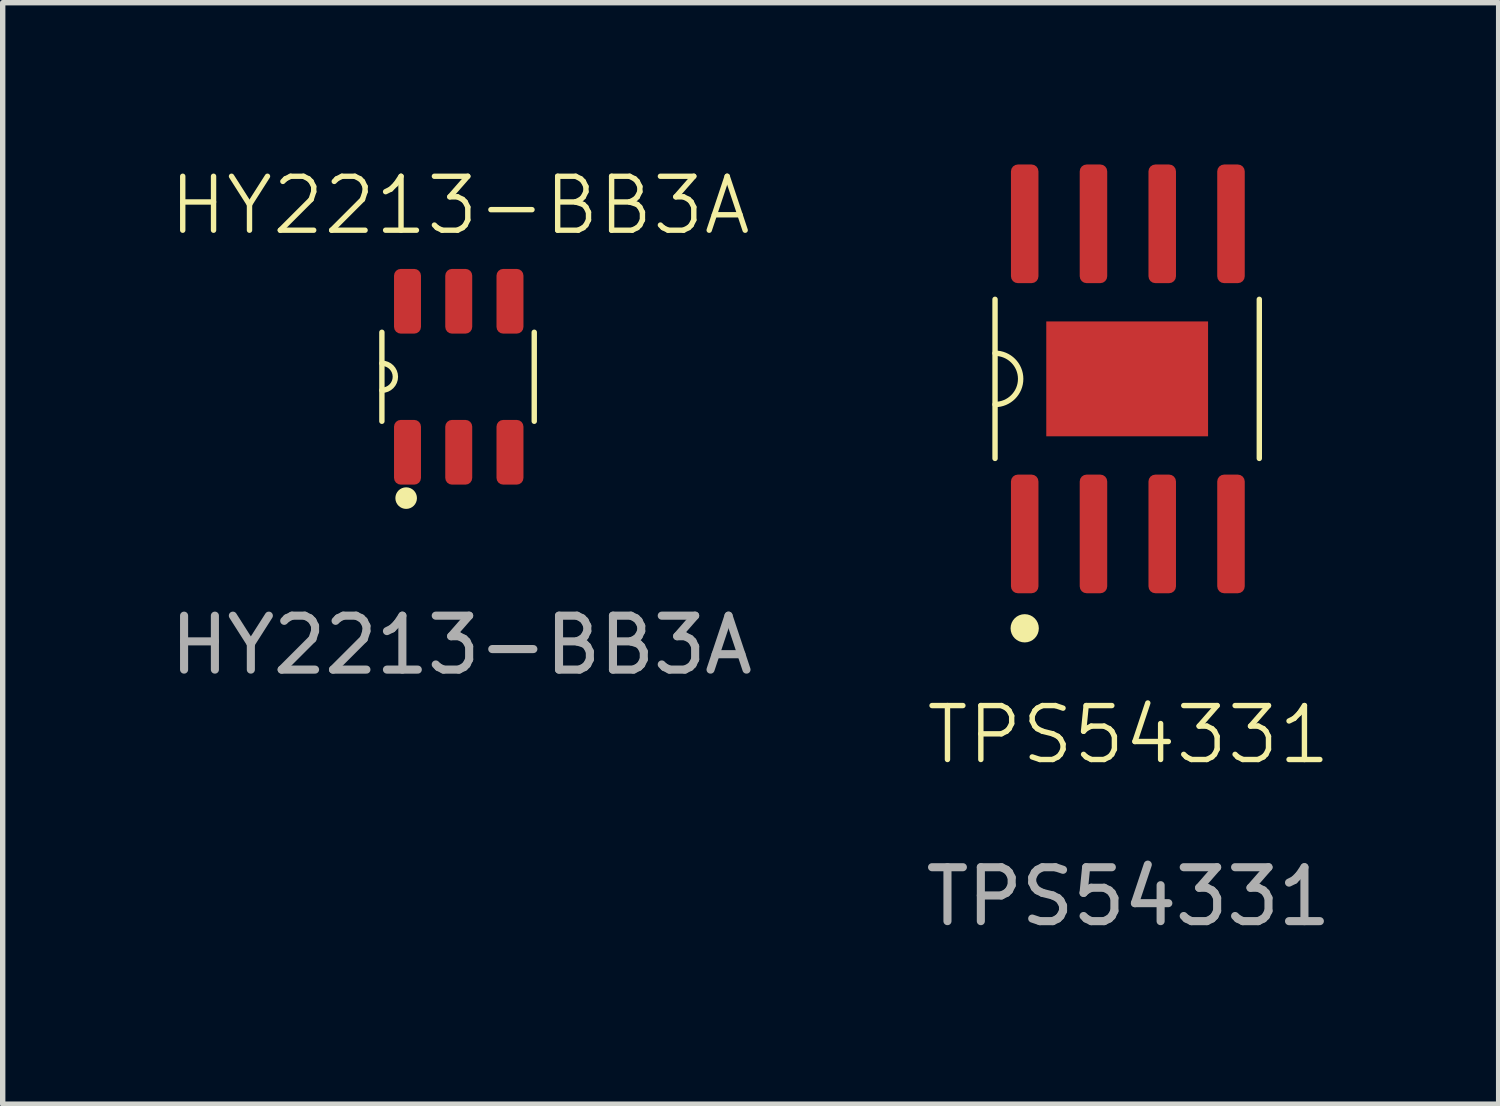
<source format=kicad_pcb>
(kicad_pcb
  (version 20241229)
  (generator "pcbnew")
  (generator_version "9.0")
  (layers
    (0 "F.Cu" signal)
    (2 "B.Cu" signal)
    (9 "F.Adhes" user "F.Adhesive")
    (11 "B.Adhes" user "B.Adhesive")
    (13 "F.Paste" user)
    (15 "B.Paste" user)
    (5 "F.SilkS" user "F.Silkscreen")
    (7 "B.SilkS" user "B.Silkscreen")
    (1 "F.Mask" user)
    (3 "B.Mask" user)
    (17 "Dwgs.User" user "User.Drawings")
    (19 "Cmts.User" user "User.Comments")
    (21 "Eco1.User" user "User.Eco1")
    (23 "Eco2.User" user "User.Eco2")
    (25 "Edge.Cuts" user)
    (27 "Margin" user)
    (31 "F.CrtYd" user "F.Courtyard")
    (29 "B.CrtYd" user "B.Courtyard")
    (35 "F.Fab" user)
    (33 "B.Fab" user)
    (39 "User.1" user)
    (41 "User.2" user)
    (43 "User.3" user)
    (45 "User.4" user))
  (footprint "HY2213-BB3A"
    (layer "F.Cu")
    (at 5.456 3.936)
    (property "Reference" "HY2213-BB3A" (at 0.025 -3.175 0) (unlocked yes) (layer "F.SilkS") (effects (font (size 1 1) (thickness 0.1))))
    (attr smd)
    (fp_line (start -1.425 -0.825) (end -1.425 0.825) (stroke (width 0.1) (type solid)) (layer "F.SilkS"))
    (fp_line (start 1.4 -0.825) (end 1.4 0.825) (stroke (width 0.1) (type solid)) (layer "F.SilkS"))
    (fp_arc (start -1.425 -0.25) (mid -1.175 0) (end -1.425 0.25) (stroke (width 0.1) (type solid)) (layer "F.SilkS"))
    (fp_circle (center -0.975 2.25) (end -0.825 2.25) (stroke (width 0.1) (type solid)) (fill yes) (layer "F.SilkS"))
    (fp_text user "${REFERENCE}" (at 0.05 4.975 0) (unlocked yes) (layer "F.Fab") (effects (font (size 1 1) (thickness 0.15))))
    (pad "1" smd roundrect (at -0.95 1.4 90) (size 1.2 0.5) (layers "F.Cu" "F.Mask" "F.Paste") (roundrect_rratio 0.25))
    (pad "2" smd roundrect (at 0 1.4 90) (size 1.2 0.5) (layers "F.Cu" "F.Mask" "F.Paste") (roundrect_rratio 0.25))
    (pad "3" smd roundrect (at 0.95 1.4 90) (size 1.2 0.5) (layers "F.Cu" "F.Mask" "F.Paste") (roundrect_rratio 0.25))
    (pad "5" smd roundrect (at 0 -1.4 90) (size 1.2 0.5) (layers "F.Cu" "F.Mask" "F.Paste") (roundrect_rratio 0.25))
    (pad "5" smd roundrect (at 0.95 -1.4 90) (size 1.2 0.5) (layers "F.Cu" "F.Mask" "F.Paste") (roundrect_rratio 0.25))
    (pad "6" smd roundrect (at -0.95 -1.4 90) (size 1.2 0.5) (layers "F.Cu" "F.Mask" "F.Paste") (roundrect_rratio 0.25)))
  (footprint "TPS54331"
    (layer "F.Cu")
    (at 17.85 3.975)
    (property "Reference" "TPS54331" (at 0.025 6.6 0) (unlocked yes) (layer "F.SilkS") (effects (font (size 1 1) (thickness 0.1))))
    (attr smd)
    (fp_line (start -2.45 -1.475) (end -2.45 1.475) (stroke (width 0.1) (type default)) (layer "F.SilkS"))
    (fp_line (start 2.45 -1.475) (end 2.45 1.475) (stroke (width 0.1) (type default)) (layer "F.SilkS"))
    (fp_arc (start -2.45 -0.475) (mid -1.975 0) (end -2.45 0.475) (stroke (width 0.1) (type default)) (layer "F.SilkS"))
    (fp_circle (center -1.9 4.625) (end -1.688 4.625) (stroke (width 0.1) (type solid)) (fill yes) (layer "F.SilkS"))
    (fp_text user "${REFERENCE}" (at 0.025 9.6 0) (unlocked yes) (layer "F.Fab") (effects (font (size 1 1) (thickness 0.15))))
    (pad "1" smd roundrect (at -1.9 2.875) (size 0.51 2.2) (layers "F.Cu" "F.Mask" "F.Paste" "Eco1.User") (roundrect_rratio 0.25))
    (pad "2" smd roundrect (at -0.625 2.875) (size 0.51 2.2) (layers "F.Cu" "F.Mask" "F.Paste") (roundrect_rratio 0.25))
    (pad "3" smd roundrect (at 0.65 2.875) (size 0.51 2.2) (layers "F.Cu" "F.Mask" "F.Paste") (roundrect_rratio 0.25))
    (pad "4" smd roundrect (at 1.925 2.875) (size 0.51 2.2) (layers "F.Cu" "F.Mask" "F.Paste") (roundrect_rratio 0.25))
    (pad "5" smd roundrect (at 1.925 -2.875) (size 0.51 2.2) (layers "F.Cu" "F.Mask" "F.Paste") (roundrect_rratio 0.25))
    (pad "6" smd roundrect (at 0.65 -2.875) (size 0.51 2.2) (layers "F.Cu" "F.Mask" "F.Paste") (roundrect_rratio 0.25))
    (pad "7" smd roundrect (at -0.625 -2.875) (size 0.51 2.2) (layers "F.Cu" "F.Mask" "F.Paste") (roundrect_rratio 0.25))
    (pad "8" smd roundrect (at -1.9 -2.875) (size 0.51 2.2) (layers "F.Cu" "F.Mask" "F.Paste") (roundrect_rratio 0.25))
    (pad "9" smd rect (at 0 0) (size 3 2.13) (layers "F.Cu" "F.Mask" "F.Paste")))
  (gr_rect
    (start -3 -3)
    (end 24.738 17.423)
    (stroke (width 0.1) (type default))
    (fill no)
    (layer "Edge.Cuts")))
</source>
